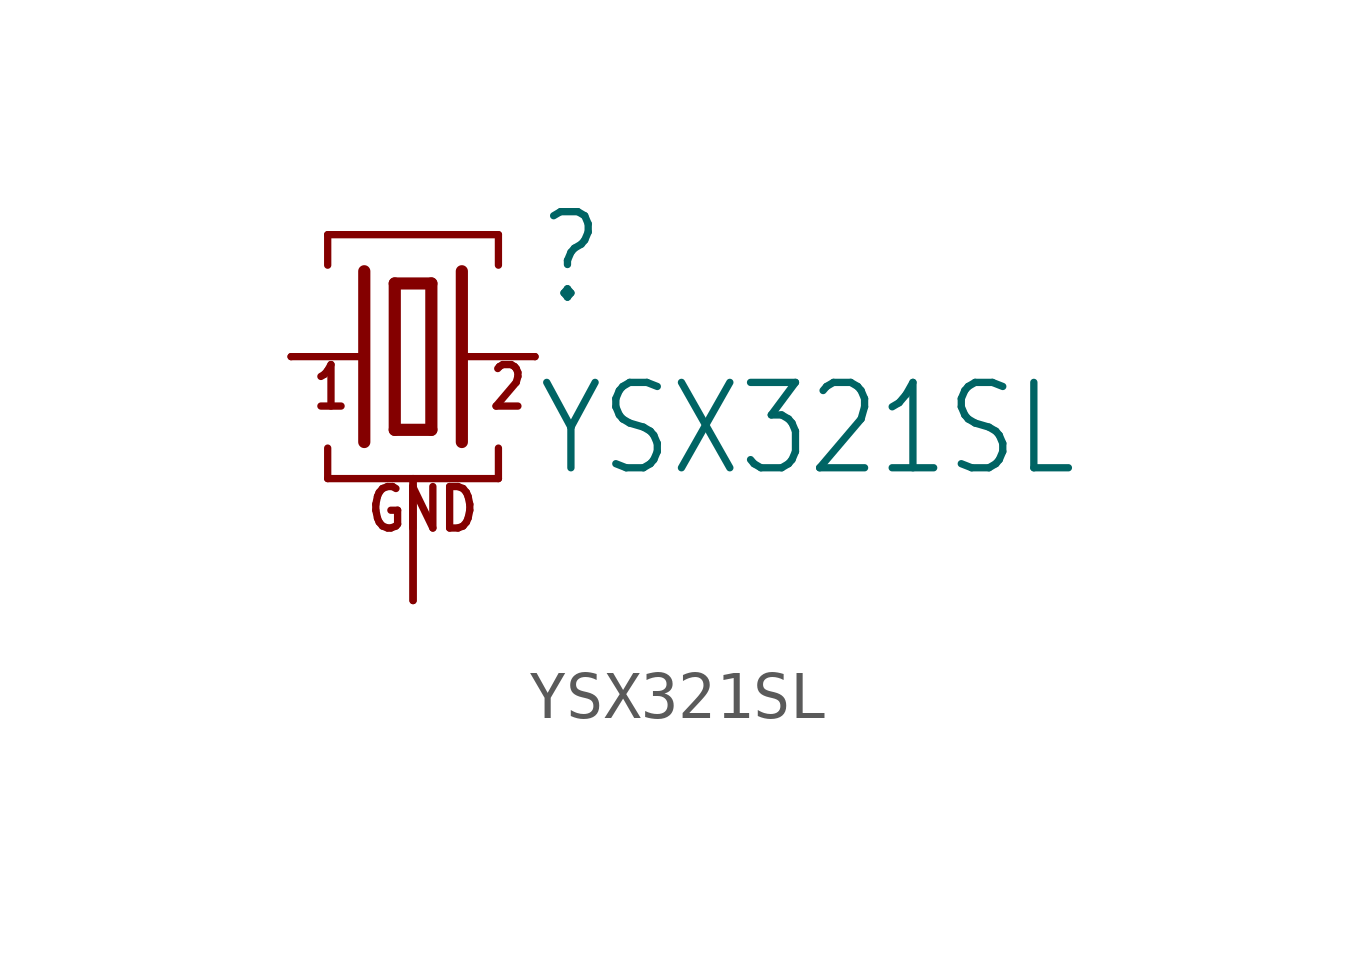
<source format=kicad_sym>
(kicad_symbol_lib
  (version 20211014)
  (generator kicad_symbol_editor)
  (symbol "YSX321SL"
    (property "Reference" ""
      (at 2.54 1.016 0)
      (effects (font (size 1.778 1.511)) (justify left bottom)))
    (property "Value" "YSX321SL"
      (at 2.54 -2.54 0)
      (effects (font (size 1.778 1.511)) (justify left bottom)))
    (property "ki_locked" ""
      (at 0 0 0)
      (effects (font (size 1.27 1.27))))
    (symbol "YSX321SL_1_0"
      (polyline (pts (xy -2.54 0) (xy -1.016 0)) (stroke (width 0.152) (type default) (color 0 0 0 0)) (fill (type none)))
      (polyline (pts (xy -1.778 -2.54) (xy -1.778 -1.905)) (stroke (width 0.152) (type default) (color 0 0 0 0)) (fill (type none)))
      (polyline (pts (xy -1.778 -2.54) (xy 1.778 -2.54)) (stroke (width 0.152) (type default) (color 0 0 0 0)) (fill (type none)))
      (polyline (pts (xy -1.778 1.905) (xy -1.778 2.54)) (stroke (width 0.152) (type default) (color 0 0 0 0)) (fill (type none)))
      (polyline (pts (xy -1.778 2.54) (xy 1.778 2.54)) (stroke (width 0.152) (type default) (color 0 0 0 0)) (fill (type none)))
      (polyline (pts (xy -1.016 1.778) (xy -1.016 -1.778)) (stroke (width 0.254) (type default) (color 0 0 0 0)) (fill (type none)))
      (polyline (pts (xy -0.381 -1.524) (xy 0.381 -1.524)) (stroke (width 0.254) (type default) (color 0 0 0 0)) (fill (type none)))
      (polyline (pts (xy -0.381 1.524) (xy -0.381 -1.524)) (stroke (width 0.254) (type default) (color 0 0 0 0)) (fill (type none)))
      (polyline (pts (xy 0.381 -1.524) (xy 0.381 1.524)) (stroke (width 0.254) (type default) (color 0 0 0 0)) (fill (type none)))
      (polyline (pts (xy 0.381 1.524) (xy -0.381 1.524)) (stroke (width 0.254) (type default) (color 0 0 0 0)) (fill (type none)))
      (polyline (pts (xy 1.016 0) (xy 2.54 0)) (stroke (width 0.152) (type default) (color 0 0 0 0)) (fill (type none)))
      (polyline (pts (xy 1.016 1.778) (xy 1.016 -1.778)) (stroke (width 0.254) (type default) (color 0 0 0 0)) (fill (type none)))
      (polyline (pts (xy 1.778 -1.905) (xy 1.778 -2.54)) (stroke (width 0.152) (type default) (color 0 0 0 0)) (fill (type none)))
      (polyline (pts (xy 1.778 2.54) (xy 1.778 1.905)) (stroke (width 0.152) (type default) (color 0 0 0 0)) (fill (type none)))
      (text "1" (at -2.159 -1.143 0) (effects (font (size 0.864 0.734)) (justify left bottom)))
      (text "2" (at 1.524 -1.143 0) (effects (font (size 0.864 0.734)) (justify left bottom)))
      (text "GND" (at -1.016 -3.683 0) (effects (font (size 0.864 0.734)) (justify left bottom)))
      (pin passive line (at -2.54 0 0) (length 0) (name "1" (effects (font (size 0 0)))) (number "P$1" (effects (font (size 0 0)))))
      (pin power_in line (at 0 -5.08 90) (length 2.54) (name "CASE" (effects (font (size 0 0)))) (number "P$2" (effects (font (size 0 0)))))
      (pin passive line (at 2.54 0 270) (length 0) (name "2" (effects (font (size 0 0)))) (number "P$3" (effects (font (size 0 0)))))
      (pin power_in line (at 0 -5.08 90) (length 2.54) (name "CASE" (effects (font (size 0 0)))) (number "P$4" (effects (font (size 0 0))))))))
</source>
